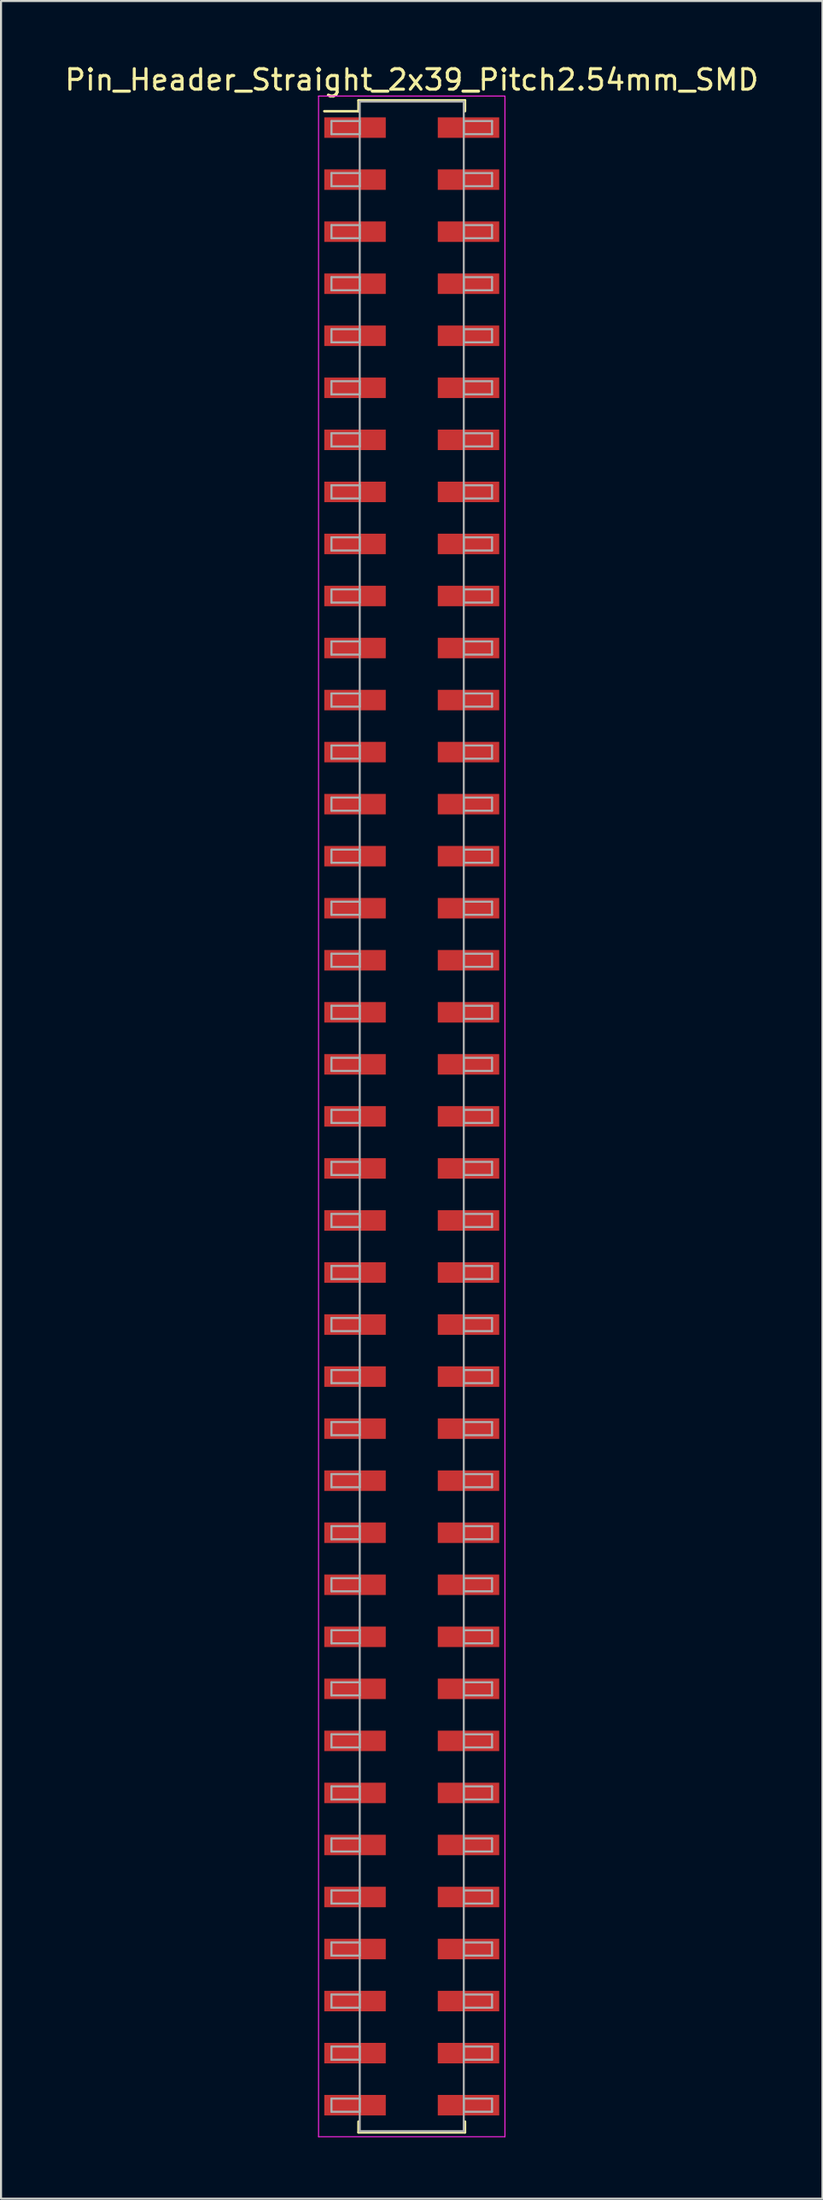
<source format=kicad_pcb>
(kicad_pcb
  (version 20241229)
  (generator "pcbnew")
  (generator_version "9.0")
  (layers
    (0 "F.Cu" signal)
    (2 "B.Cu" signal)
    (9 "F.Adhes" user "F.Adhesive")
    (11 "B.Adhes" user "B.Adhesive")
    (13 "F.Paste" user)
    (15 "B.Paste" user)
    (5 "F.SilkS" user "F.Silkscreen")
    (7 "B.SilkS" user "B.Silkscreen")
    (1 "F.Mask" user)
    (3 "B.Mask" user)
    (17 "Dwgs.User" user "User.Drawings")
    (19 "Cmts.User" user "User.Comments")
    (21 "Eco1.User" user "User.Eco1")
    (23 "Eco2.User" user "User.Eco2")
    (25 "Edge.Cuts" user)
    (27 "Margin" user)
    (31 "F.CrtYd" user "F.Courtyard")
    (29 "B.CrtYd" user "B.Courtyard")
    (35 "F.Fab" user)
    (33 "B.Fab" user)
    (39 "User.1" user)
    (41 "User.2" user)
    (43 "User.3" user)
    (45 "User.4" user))
  (footprint "Pin_Header_Straight_2x39_Pitch2.54mm_SMD"
    (layer "F.Cu")
    (at 17.054 51.438)
    (property "Reference" "Pin_Header_Straight_2x39_Pitch2.54mm_SMD" (at 0 -50.59 0) (layer "F.SilkS") (effects (font (size 1 1) (thickness 0.15))))
    (attr smd)
    (fp_line (start -4.27 -49.06) (end -2.6 -49.06) (stroke (width 0.12) (type solid)) (layer "F.SilkS"))
    (fp_line (start -2.6 -49.59) (end 2.6 -49.59) (stroke (width 0.12) (type solid)) (layer "F.SilkS"))
    (fp_line (start -2.6 -49.06) (end -2.6 -49.59) (stroke (width 0.12) (type solid)) (layer "F.SilkS"))
    (fp_line (start -2.6 49.06) (end -2.6 49.59) (stroke (width 0.12) (type solid)) (layer "F.SilkS"))
    (fp_line (start -2.6 49.59) (end 2.6 49.59) (stroke (width 0.12) (type solid)) (layer "F.SilkS"))
    (fp_line (start 2.6 -49.59) (end 2.6 -49.06) (stroke (width 0.12) (type solid)) (layer "F.SilkS"))
    (fp_line (start 2.6 49.59) (end 2.6 49.06) (stroke (width 0.12) (type solid)) (layer "F.SilkS"))
    (fp_line (start -4.55 -49.8) (end -4.55 49.8) (stroke (width 0.05) (type solid)) (layer "F.CrtYd"))
    (fp_line (start -4.55 49.8) (end 4.55 49.8) (stroke (width 0.05) (type solid)) (layer "F.CrtYd"))
    (fp_line (start 4.55 -49.8) (end -4.55 -49.8) (stroke (width 0.05) (type solid)) (layer "F.CrtYd"))
    (fp_line (start 4.55 49.8) (end 4.55 -49.8) (stroke (width 0.05) (type solid)) (layer "F.CrtYd"))
    (fp_line (start -3.92 -48.58) (end -2.54 -48.58) (stroke (width 0.1) (type solid)) (layer "F.Fab"))
    (fp_line (start -3.92 -47.94) (end -3.92 -48.58) (stroke (width 0.1) (type solid)) (layer "F.Fab"))
    (fp_line (start -3.92 -46.04) (end -2.54 -46.04) (stroke (width 0.1) (type solid)) (layer "F.Fab"))
    (fp_line (start -3.92 -45.4) (end -3.92 -46.04) (stroke (width 0.1) (type solid)) (layer "F.Fab"))
    (fp_line (start -3.92 -43.5) (end -2.54 -43.5) (stroke (width 0.1) (type solid)) (layer "F.Fab"))
    (fp_line (start -3.92 -42.86) (end -3.92 -43.5) (stroke (width 0.1) (type solid)) (layer "F.Fab"))
    (fp_line (start -3.92 -40.96) (end -2.54 -40.96) (stroke (width 0.1) (type solid)) (layer "F.Fab"))
    (fp_line (start -3.92 -40.32) (end -3.92 -40.96) (stroke (width 0.1) (type solid)) (layer "F.Fab"))
    (fp_line (start -3.92 -38.42) (end -2.54 -38.42) (stroke (width 0.1) (type solid)) (layer "F.Fab"))
    (fp_line (start -3.92 -37.78) (end -3.92 -38.42) (stroke (width 0.1) (type solid)) (layer "F.Fab"))
    (fp_line (start -3.92 -35.88) (end -2.54 -35.88) (stroke (width 0.1) (type solid)) (layer "F.Fab"))
    (fp_line (start -3.92 -35.24) (end -3.92 -35.88) (stroke (width 0.1) (type solid)) (layer "F.Fab"))
    (fp_line (start -3.92 -33.34) (end -2.54 -33.34) (stroke (width 0.1) (type solid)) (layer "F.Fab"))
    (fp_line (start -3.92 -32.7) (end -3.92 -33.34) (stroke (width 0.1) (type solid)) (layer "F.Fab"))
    (fp_line (start -3.92 -30.8) (end -2.54 -30.8) (stroke (width 0.1) (type solid)) (layer "F.Fab"))
    (fp_line (start -3.92 -30.16) (end -3.92 -30.8) (stroke (width 0.1) (type solid)) (layer "F.Fab"))
    (fp_line (start -3.92 -28.26) (end -2.54 -28.26) (stroke (width 0.1) (type solid)) (layer "F.Fab"))
    (fp_line (start -3.92 -27.62) (end -3.92 -28.26) (stroke (width 0.1) (type solid)) (layer "F.Fab"))
    (fp_line (start -3.92 -25.72) (end -2.54 -25.72) (stroke (width 0.1) (type solid)) (layer "F.Fab"))
    (fp_line (start -3.92 -25.08) (end -3.92 -25.72) (stroke (width 0.1) (type solid)) (layer "F.Fab"))
    (fp_line (start -3.92 -23.18) (end -2.54 -23.18) (stroke (width 0.1) (type solid)) (layer "F.Fab"))
    (fp_line (start -3.92 -22.54) (end -3.92 -23.18) (stroke (width 0.1) (type solid)) (layer "F.Fab"))
    (fp_line (start -3.92 -20.64) (end -2.54 -20.64) (stroke (width 0.1) (type solid)) (layer "F.Fab"))
    (fp_line (start -3.92 -20) (end -3.92 -20.64) (stroke (width 0.1) (type solid)) (layer "F.Fab"))
    (fp_line (start -3.92 -18.1) (end -2.54 -18.1) (stroke (width 0.1) (type solid)) (layer "F.Fab"))
    (fp_line (start -3.92 -17.46) (end -3.92 -18.1) (stroke (width 0.1) (type solid)) (layer "F.Fab"))
    (fp_line (start -3.92 -15.56) (end -2.54 -15.56) (stroke (width 0.1) (type solid)) (layer "F.Fab"))
    (fp_line (start -3.92 -14.92) (end -3.92 -15.56) (stroke (width 0.1) (type solid)) (layer "F.Fab"))
    (fp_line (start -3.92 -13.02) (end -2.54 -13.02) (stroke (width 0.1) (type solid)) (layer "F.Fab"))
    (fp_line (start -3.92 -12.38) (end -3.92 -13.02) (stroke (width 0.1) (type solid)) (layer "F.Fab"))
    (fp_line (start -3.92 -10.48) (end -2.54 -10.48) (stroke (width 0.1) (type solid)) (layer "F.Fab"))
    (fp_line (start -3.92 -9.84) (end -3.92 -10.48) (stroke (width 0.1) (type solid)) (layer "F.Fab"))
    (fp_line (start -3.92 -7.94) (end -2.54 -7.94) (stroke (width 0.1) (type solid)) (layer "F.Fab"))
    (fp_line (start -3.92 -7.3) (end -3.92 -7.94) (stroke (width 0.1) (type solid)) (layer "F.Fab"))
    (fp_line (start -3.92 -5.4) (end -2.54 -5.4) (stroke (width 0.1) (type solid)) (layer "F.Fab"))
    (fp_line (start -3.92 -4.76) (end -3.92 -5.4) (stroke (width 0.1) (type solid)) (layer "F.Fab"))
    (fp_line (start -3.92 -2.86) (end -2.54 -2.86) (stroke (width 0.1) (type solid)) (layer "F.Fab"))
    (fp_line (start -3.92 -2.22) (end -3.92 -2.86) (stroke (width 0.1) (type solid)) (layer "F.Fab"))
    (fp_line (start -3.92 -0.32) (end -2.54 -0.32) (stroke (width 0.1) (type solid)) (layer "F.Fab"))
    (fp_line (start -3.92 0.32) (end -3.92 -0.32) (stroke (width 0.1) (type solid)) (layer "F.Fab"))
    (fp_line (start -3.92 2.22) (end -2.54 2.22) (stroke (width 0.1) (type solid)) (layer "F.Fab"))
    (fp_line (start -3.92 2.86) (end -3.92 2.22) (stroke (width 0.1) (type solid)) (layer "F.Fab"))
    (fp_line (start -3.92 4.76) (end -2.54 4.76) (stroke (width 0.1) (type solid)) (layer "F.Fab"))
    (fp_line (start -3.92 5.4) (end -3.92 4.76) (stroke (width 0.1) (type solid)) (layer "F.Fab"))
    (fp_line (start -3.92 7.3) (end -2.54 7.3) (stroke (width 0.1) (type solid)) (layer "F.Fab"))
    (fp_line (start -3.92 7.94) (end -3.92 7.3) (stroke (width 0.1) (type solid)) (layer "F.Fab"))
    (fp_line (start -3.92 9.84) (end -2.54 9.84) (stroke (width 0.1) (type solid)) (layer "F.Fab"))
    (fp_line (start -3.92 10.48) (end -3.92 9.84) (stroke (width 0.1) (type solid)) (layer "F.Fab"))
    (fp_line (start -3.92 12.38) (end -2.54 12.38) (stroke (width 0.1) (type solid)) (layer "F.Fab"))
    (fp_line (start -3.92 13.02) (end -3.92 12.38) (stroke (width 0.1) (type solid)) (layer "F.Fab"))
    (fp_line (start -3.92 14.92) (end -2.54 14.92) (stroke (width 0.1) (type solid)) (layer "F.Fab"))
    (fp_line (start -3.92 15.56) (end -3.92 14.92) (stroke (width 0.1) (type solid)) (layer "F.Fab"))
    (fp_line (start -3.92 17.46) (end -2.54 17.46) (stroke (width 0.1) (type solid)) (layer "F.Fab"))
    (fp_line (start -3.92 18.1) (end -3.92 17.46) (stroke (width 0.1) (type solid)) (layer "F.Fab"))
    (fp_line (start -3.92 20) (end -2.54 20) (stroke (width 0.1) (type solid)) (layer "F.Fab"))
    (fp_line (start -3.92 20.64) (end -3.92 20) (stroke (width 0.1) (type solid)) (layer "F.Fab"))
    (fp_line (start -3.92 22.54) (end -2.54 22.54) (stroke (width 0.1) (type solid)) (layer "F.Fab"))
    (fp_line (start -3.92 23.18) (end -3.92 22.54) (stroke (width 0.1) (type solid)) (layer "F.Fab"))
    (fp_line (start -3.92 25.08) (end -2.54 25.08) (stroke (width 0.1) (type solid)) (layer "F.Fab"))
    (fp_line (start -3.92 25.72) (end -3.92 25.08) (stroke (width 0.1) (type solid)) (layer "F.Fab"))
    (fp_line (start -3.92 27.62) (end -2.54 27.62) (stroke (width 0.1) (type solid)) (layer "F.Fab"))
    (fp_line (start -3.92 28.26) (end -3.92 27.62) (stroke (width 0.1) (type solid)) (layer "F.Fab"))
    (fp_line (start -3.92 30.16) (end -2.54 30.16) (stroke (width 0.1) (type solid)) (layer "F.Fab"))
    (fp_line (start -3.92 30.8) (end -3.92 30.16) (stroke (width 0.1) (type solid)) (layer "F.Fab"))
    (fp_line (start -3.92 32.7) (end -2.54 32.7) (stroke (width 0.1) (type solid)) (layer "F.Fab"))
    (fp_line (start -3.92 33.34) (end -3.92 32.7) (stroke (width 0.1) (type solid)) (layer "F.Fab"))
    (fp_line (start -3.92 35.24) (end -2.54 35.24) (stroke (width 0.1) (type solid)) (layer "F.Fab"))
    (fp_line (start -3.92 35.88) (end -3.92 35.24) (stroke (width 0.1) (type solid)) (layer "F.Fab"))
    (fp_line (start -3.92 37.78) (end -2.54 37.78) (stroke (width 0.1) (type solid)) (layer "F.Fab"))
    (fp_line (start -3.92 38.42) (end -3.92 37.78) (stroke (width 0.1) (type solid)) (layer "F.Fab"))
    (fp_line (start -3.92 40.32) (end -2.54 40.32) (stroke (width 0.1) (type solid)) (layer "F.Fab"))
    (fp_line (start -3.92 40.96) (end -3.92 40.32) (stroke (width 0.1) (type solid)) (layer "F.Fab"))
    (fp_line (start -3.92 42.86) (end -2.54 42.86) (stroke (width 0.1) (type solid)) (layer "F.Fab"))
    (fp_line (start -3.92 43.5) (end -3.92 42.86) (stroke (width 0.1) (type solid)) (layer "F.Fab"))
    (fp_line (start -3.92 45.4) (end -2.54 45.4) (stroke (width 0.1) (type solid)) (layer "F.Fab"))
    (fp_line (start -3.92 46.04) (end -3.92 45.4) (stroke (width 0.1) (type solid)) (layer "F.Fab"))
    (fp_line (start -3.92 47.94) (end -2.54 47.94) (stroke (width 0.1) (type solid)) (layer "F.Fab"))
    (fp_line (start -3.92 48.58) (end -3.92 47.94) (stroke (width 0.1) (type solid)) (layer "F.Fab"))
    (fp_line (start -2.54 -49.53) (end -2.54 49.53) (stroke (width 0.1) (type solid)) (layer "F.Fab"))
    (fp_line (start -2.54 -48.58) (end -2.54 -47.94) (stroke (width 0.1) (type solid)) (layer "F.Fab"))
    (fp_line (start -2.54 -47.94) (end -3.92 -47.94) (stroke (width 0.1) (type solid)) (layer "F.Fab"))
    (fp_line (start -2.54 -46.04) (end -2.54 -45.4) (stroke (width 0.1) (type solid)) (layer "F.Fab"))
    (fp_line (start -2.54 -45.4) (end -3.92 -45.4) (stroke (width 0.1) (type solid)) (layer "F.Fab"))
    (fp_line (start -2.54 -43.5) (end -2.54 -42.86) (stroke (width 0.1) (type solid)) (layer "F.Fab"))
    (fp_line (start -2.54 -42.86) (end -3.92 -42.86) (stroke (width 0.1) (type solid)) (layer "F.Fab"))
    (fp_line (start -2.54 -40.96) (end -2.54 -40.32) (stroke (width 0.1) (type solid)) (layer "F.Fab"))
    (fp_line (start -2.54 -40.32) (end -3.92 -40.32) (stroke (width 0.1) (type solid)) (layer "F.Fab"))
    (fp_line (start -2.54 -38.42) (end -2.54 -37.78) (stroke (width 0.1) (type solid)) (layer "F.Fab"))
    (fp_line (start -2.54 -37.78) (end -3.92 -37.78) (stroke (width 0.1) (type solid)) (layer "F.Fab"))
    (fp_line (start -2.54 -35.88) (end -2.54 -35.24) (stroke (width 0.1) (type solid)) (layer "F.Fab"))
    (fp_line (start -2.54 -35.24) (end -3.92 -35.24) (stroke (width 0.1) (type solid)) (layer "F.Fab"))
    (fp_line (start -2.54 -33.34) (end -2.54 -32.7) (stroke (width 0.1) (type solid)) (layer "F.Fab"))
    (fp_line (start -2.54 -32.7) (end -3.92 -32.7) (stroke (width 0.1) (type solid)) (layer "F.Fab"))
    (fp_line (start -2.54 -30.8) (end -2.54 -30.16) (stroke (width 0.1) (type solid)) (layer "F.Fab"))
    (fp_line (start -2.54 -30.16) (end -3.92 -30.16) (stroke (width 0.1) (type solid)) (layer "F.Fab"))
    (fp_line (start -2.54 -28.26) (end -2.54 -27.62) (stroke (width 0.1) (type solid)) (layer "F.Fab"))
    (fp_line (start -2.54 -27.62) (end -3.92 -27.62) (stroke (width 0.1) (type solid)) (layer "F.Fab"))
    (fp_line (start -2.54 -25.72) (end -2.54 -25.08) (stroke (width 0.1) (type solid)) (layer "F.Fab"))
    (fp_line (start -2.54 -25.08) (end -3.92 -25.08) (stroke (width 0.1) (type solid)) (layer "F.Fab"))
    (fp_line (start -2.54 -23.18) (end -2.54 -22.54) (stroke (width 0.1) (type solid)) (layer "F.Fab"))
    (fp_line (start -2.54 -22.54) (end -3.92 -22.54) (stroke (width 0.1) (type solid)) (layer "F.Fab"))
    (fp_line (start -2.54 -20.64) (end -2.54 -20) (stroke (width 0.1) (type solid)) (layer "F.Fab"))
    (fp_line (start -2.54 -20) (end -3.92 -20) (stroke (width 0.1) (type solid)) (layer "F.Fab"))
    (fp_line (start -2.54 -18.1) (end -2.54 -17.46) (stroke (width 0.1) (type solid)) (layer "F.Fab"))
    (fp_line (start -2.54 -17.46) (end -3.92 -17.46) (stroke (width 0.1) (type solid)) (layer "F.Fab"))
    (fp_line (start -2.54 -15.56) (end -2.54 -14.92) (stroke (width 0.1) (type solid)) (layer "F.Fab"))
    (fp_line (start -2.54 -14.92) (end -3.92 -14.92) (stroke (width 0.1) (type solid)) (layer "F.Fab"))
    (fp_line (start -2.54 -13.02) (end -2.54 -12.38) (stroke (width 0.1) (type solid)) (layer "F.Fab"))
    (fp_line (start -2.54 -12.38) (end -3.92 -12.38) (stroke (width 0.1) (type solid)) (layer "F.Fab"))
    (fp_line (start -2.54 -10.48) (end -2.54 -9.84) (stroke (width 0.1) (type solid)) (layer "F.Fab"))
    (fp_line (start -2.54 -9.84) (end -3.92 -9.84) (stroke (width 0.1) (type solid)) (layer "F.Fab"))
    (fp_line (start -2.54 -7.94) (end -2.54 -7.3) (stroke (width 0.1) (type solid)) (layer "F.Fab"))
    (fp_line (start -2.54 -7.3) (end -3.92 -7.3) (stroke (width 0.1) (type solid)) (layer "F.Fab"))
    (fp_line (start -2.54 -5.4) (end -2.54 -4.76) (stroke (width 0.1) (type solid)) (layer "F.Fab"))
    (fp_line (start -2.54 -4.76) (end -3.92 -4.76) (stroke (width 0.1) (type solid)) (layer "F.Fab"))
    (fp_line (start -2.54 -2.86) (end -2.54 -2.22) (stroke (width 0.1) (type solid)) (layer "F.Fab"))
    (fp_line (start -2.54 -2.22) (end -3.92 -2.22) (stroke (width 0.1) (type solid)) (layer "F.Fab"))
    (fp_line (start -2.54 -0.32) (end -2.54 0.32) (stroke (width 0.1) (type solid)) (layer "F.Fab"))
    (fp_line (start -2.54 0.32) (end -3.92 0.32) (stroke (width 0.1) (type solid)) (layer "F.Fab"))
    (fp_line (start -2.54 2.22) (end -2.54 2.86) (stroke (width 0.1) (type solid)) (layer "F.Fab"))
    (fp_line (start -2.54 2.86) (end -3.92 2.86) (stroke (width 0.1) (type solid)) (layer "F.Fab"))
    (fp_line (start -2.54 4.76) (end -2.54 5.4) (stroke (width 0.1) (type solid)) (layer "F.Fab"))
    (fp_line (start -2.54 5.4) (end -3.92 5.4) (stroke (width 0.1) (type solid)) (layer "F.Fab"))
    (fp_line (start -2.54 7.3) (end -2.54 7.94) (stroke (width 0.1) (type solid)) (layer "F.Fab"))
    (fp_line (start -2.54 7.94) (end -3.92 7.94) (stroke (width 0.1) (type solid)) (layer "F.Fab"))
    (fp_line (start -2.54 9.84) (end -2.54 10.48) (stroke (width 0.1) (type solid)) (layer "F.Fab"))
    (fp_line (start -2.54 10.48) (end -3.92 10.48) (stroke (width 0.1) (type solid)) (layer "F.Fab"))
    (fp_line (start -2.54 12.38) (end -2.54 13.02) (stroke (width 0.1) (type solid)) (layer "F.Fab"))
    (fp_line (start -2.54 13.02) (end -3.92 13.02) (stroke (width 0.1) (type solid)) (layer "F.Fab"))
    (fp_line (start -2.54 14.92) (end -2.54 15.56) (stroke (width 0.1) (type solid)) (layer "F.Fab"))
    (fp_line (start -2.54 15.56) (end -3.92 15.56) (stroke (width 0.1) (type solid)) (layer "F.Fab"))
    (fp_line (start -2.54 17.46) (end -2.54 18.1) (stroke (width 0.1) (type solid)) (layer "F.Fab"))
    (fp_line (start -2.54 18.1) (end -3.92 18.1) (stroke (width 0.1) (type solid)) (layer "F.Fab"))
    (fp_line (start -2.54 20) (end -2.54 20.64) (stroke (width 0.1) (type solid)) (layer "F.Fab"))
    (fp_line (start -2.54 20.64) (end -3.92 20.64) (stroke (width 0.1) (type solid)) (layer "F.Fab"))
    (fp_line (start -2.54 22.54) (end -2.54 23.18) (stroke (width 0.1) (type solid)) (layer "F.Fab"))
    (fp_line (start -2.54 23.18) (end -3.92 23.18) (stroke (width 0.1) (type solid)) (layer "F.Fab"))
    (fp_line (start -2.54 25.08) (end -2.54 25.72) (stroke (width 0.1) (type solid)) (layer "F.Fab"))
    (fp_line (start -2.54 25.72) (end -3.92 25.72) (stroke (width 0.1) (type solid)) (layer "F.Fab"))
    (fp_line (start -2.54 27.62) (end -2.54 28.26) (stroke (width 0.1) (type solid)) (layer "F.Fab"))
    (fp_line (start -2.54 28.26) (end -3.92 28.26) (stroke (width 0.1) (type solid)) (layer "F.Fab"))
    (fp_line (start -2.54 30.16) (end -2.54 30.8) (stroke (width 0.1) (type solid)) (layer "F.Fab"))
    (fp_line (start -2.54 30.8) (end -3.92 30.8) (stroke (width 0.1) (type solid)) (layer "F.Fab"))
    (fp_line (start -2.54 32.7) (end -2.54 33.34) (stroke (width 0.1) (type solid)) (layer "F.Fab"))
    (fp_line (start -2.54 33.34) (end -3.92 33.34) (stroke (width 0.1) (type solid)) (layer "F.Fab"))
    (fp_line (start -2.54 35.24) (end -2.54 35.88) (stroke (width 0.1) (type solid)) (layer "F.Fab"))
    (fp_line (start -2.54 35.88) (end -3.92 35.88) (stroke (width 0.1) (type solid)) (layer "F.Fab"))
    (fp_line (start -2.54 37.78) (end -2.54 38.42) (stroke (width 0.1) (type solid)) (layer "F.Fab"))
    (fp_line (start -2.54 38.42) (end -3.92 38.42) (stroke (width 0.1) (type solid)) (layer "F.Fab"))
    (fp_line (start -2.54 40.32) (end -2.54 40.96) (stroke (width 0.1) (type solid)) (layer "F.Fab"))
    (fp_line (start -2.54 40.96) (end -3.92 40.96) (stroke (width 0.1) (type solid)) (layer "F.Fab"))
    (fp_line (start -2.54 42.86) (end -2.54 43.5) (stroke (width 0.1) (type solid)) (layer "F.Fab"))
    (fp_line (start -2.54 43.5) (end -3.92 43.5) (stroke (width 0.1) (type solid)) (layer "F.Fab"))
    (fp_line (start -2.54 45.4) (end -2.54 46.04) (stroke (width 0.1) (type solid)) (layer "F.Fab"))
    (fp_line (start -2.54 46.04) (end -3.92 46.04) (stroke (width 0.1) (type solid)) (layer "F.Fab"))
    (fp_line (start -2.54 47.94) (end -2.54 48.58) (stroke (width 0.1) (type solid)) (layer "F.Fab"))
    (fp_line (start -2.54 48.58) (end -3.92 48.58) (stroke (width 0.1) (type solid)) (layer "F.Fab"))
    (fp_line (start -2.54 49.53) (end 2.54 49.53) (stroke (width 0.1) (type solid)) (layer "F.Fab"))
    (fp_line (start 2.54 -49.53) (end -2.54 -49.53) (stroke (width 0.1) (type solid)) (layer "F.Fab"))
    (fp_line (start 2.54 -48.58) (end 2.54 -47.94) (stroke (width 0.1) (type solid)) (layer "F.Fab"))
    (fp_line (start 2.54 -47.94) (end 3.92 -47.94) (stroke (width 0.1) (type solid)) (layer "F.Fab"))
    (fp_line (start 2.54 -46.04) (end 2.54 -45.4) (stroke (width 0.1) (type solid)) (layer "F.Fab"))
    (fp_line (start 2.54 -45.4) (end 3.92 -45.4) (stroke (width 0.1) (type solid)) (layer "F.Fab"))
    (fp_line (start 2.54 -43.5) (end 2.54 -42.86) (stroke (width 0.1) (type solid)) (layer "F.Fab"))
    (fp_line (start 2.54 -42.86) (end 3.92 -42.86) (stroke (width 0.1) (type solid)) (layer "F.Fab"))
    (fp_line (start 2.54 -40.96) (end 2.54 -40.32) (stroke (width 0.1) (type solid)) (layer "F.Fab"))
    (fp_line (start 2.54 -40.32) (end 3.92 -40.32) (stroke (width 0.1) (type solid)) (layer "F.Fab"))
    (fp_line (start 2.54 -38.42) (end 2.54 -37.78) (stroke (width 0.1) (type solid)) (layer "F.Fab"))
    (fp_line (start 2.54 -37.78) (end 3.92 -37.78) (stroke (width 0.1) (type solid)) (layer "F.Fab"))
    (fp_line (start 2.54 -35.88) (end 2.54 -35.24) (stroke (width 0.1) (type solid)) (layer "F.Fab"))
    (fp_line (start 2.54 -35.24) (end 3.92 -35.24) (stroke (width 0.1) (type solid)) (layer "F.Fab"))
    (fp_line (start 2.54 -33.34) (end 2.54 -32.7) (stroke (width 0.1) (type solid)) (layer "F.Fab"))
    (fp_line (start 2.54 -32.7) (end 3.92 -32.7) (stroke (width 0.1) (type solid)) (layer "F.Fab"))
    (fp_line (start 2.54 -30.8) (end 2.54 -30.16) (stroke (width 0.1) (type solid)) (layer "F.Fab"))
    (fp_line (start 2.54 -30.16) (end 3.92 -30.16) (stroke (width 0.1) (type solid)) (layer "F.Fab"))
    (fp_line (start 2.54 -28.26) (end 2.54 -27.62) (stroke (width 0.1) (type solid)) (layer "F.Fab"))
    (fp_line (start 2.54 -27.62) (end 3.92 -27.62) (stroke (width 0.1) (type solid)) (layer "F.Fab"))
    (fp_line (start 2.54 -25.72) (end 2.54 -25.08) (stroke (width 0.1) (type solid)) (layer "F.Fab"))
    (fp_line (start 2.54 -25.08) (end 3.92 -25.08) (stroke (width 0.1) (type solid)) (layer "F.Fab"))
    (fp_line (start 2.54 -23.18) (end 2.54 -22.54) (stroke (width 0.1) (type solid)) (layer "F.Fab"))
    (fp_line (start 2.54 -22.54) (end 3.92 -22.54) (stroke (width 0.1) (type solid)) (layer "F.Fab"))
    (fp_line (start 2.54 -20.64) (end 2.54 -20) (stroke (width 0.1) (type solid)) (layer "F.Fab"))
    (fp_line (start 2.54 -20) (end 3.92 -20) (stroke (width 0.1) (type solid)) (layer "F.Fab"))
    (fp_line (start 2.54 -18.1) (end 2.54 -17.46) (stroke (width 0.1) (type solid)) (layer "F.Fab"))
    (fp_line (start 2.54 -17.46) (end 3.92 -17.46) (stroke (width 0.1) (type solid)) (layer "F.Fab"))
    (fp_line (start 2.54 -15.56) (end 2.54 -14.92) (stroke (width 0.1) (type solid)) (layer "F.Fab"))
    (fp_line (start 2.54 -14.92) (end 3.92 -14.92) (stroke (width 0.1) (type solid)) (layer "F.Fab"))
    (fp_line (start 2.54 -13.02) (end 2.54 -12.38) (stroke (width 0.1) (type solid)) (layer "F.Fab"))
    (fp_line (start 2.54 -12.38) (end 3.92 -12.38) (stroke (width 0.1) (type solid)) (layer "F.Fab"))
    (fp_line (start 2.54 -10.48) (end 2.54 -9.84) (stroke (width 0.1) (type solid)) (layer "F.Fab"))
    (fp_line (start 2.54 -9.84) (end 3.92 -9.84) (stroke (width 0.1) (type solid)) (layer "F.Fab"))
    (fp_line (start 2.54 -7.94) (end 2.54 -7.3) (stroke (width 0.1) (type solid)) (layer "F.Fab"))
    (fp_line (start 2.54 -7.3) (end 3.92 -7.3) (stroke (width 0.1) (type solid)) (layer "F.Fab"))
    (fp_line (start 2.54 -5.4) (end 2.54 -4.76) (stroke (width 0.1) (type solid)) (layer "F.Fab"))
    (fp_line (start 2.54 -4.76) (end 3.92 -4.76) (stroke (width 0.1) (type solid)) (layer "F.Fab"))
    (fp_line (start 2.54 -2.86) (end 2.54 -2.22) (stroke (width 0.1) (type solid)) (layer "F.Fab"))
    (fp_line (start 2.54 -2.22) (end 3.92 -2.22) (stroke (width 0.1) (type solid)) (layer "F.Fab"))
    (fp_line (start 2.54 -0.32) (end 2.54 0.32) (stroke (width 0.1) (type solid)) (layer "F.Fab"))
    (fp_line (start 2.54 0.32) (end 3.92 0.32) (stroke (width 0.1) (type solid)) (layer "F.Fab"))
    (fp_line (start 2.54 2.22) (end 2.54 2.86) (stroke (width 0.1) (type solid)) (layer "F.Fab"))
    (fp_line (start 2.54 2.86) (end 3.92 2.86) (stroke (width 0.1) (type solid)) (layer "F.Fab"))
    (fp_line (start 2.54 4.76) (end 2.54 5.4) (stroke (width 0.1) (type solid)) (layer "F.Fab"))
    (fp_line (start 2.54 5.4) (end 3.92 5.4) (stroke (width 0.1) (type solid)) (layer "F.Fab"))
    (fp_line (start 2.54 7.3) (end 2.54 7.94) (stroke (width 0.1) (type solid)) (layer "F.Fab"))
    (fp_line (start 2.54 7.94) (end 3.92 7.94) (stroke (width 0.1) (type solid)) (layer "F.Fab"))
    (fp_line (start 2.54 9.84) (end 2.54 10.48) (stroke (width 0.1) (type solid)) (layer "F.Fab"))
    (fp_line (start 2.54 10.48) (end 3.92 10.48) (stroke (width 0.1) (type solid)) (layer "F.Fab"))
    (fp_line (start 2.54 12.38) (end 2.54 13.02) (stroke (width 0.1) (type solid)) (layer "F.Fab"))
    (fp_line (start 2.54 13.02) (end 3.92 13.02) (stroke (width 0.1) (type solid)) (layer "F.Fab"))
    (fp_line (start 2.54 14.92) (end 2.54 15.56) (stroke (width 0.1) (type solid)) (layer "F.Fab"))
    (fp_line (start 2.54 15.56) (end 3.92 15.56) (stroke (width 0.1) (type solid)) (layer "F.Fab"))
    (fp_line (start 2.54 17.46) (end 2.54 18.1) (stroke (width 0.1) (type solid)) (layer "F.Fab"))
    (fp_line (start 2.54 18.1) (end 3.92 18.1) (stroke (width 0.1) (type solid)) (layer "F.Fab"))
    (fp_line (start 2.54 20) (end 2.54 20.64) (stroke (width 0.1) (type solid)) (layer "F.Fab"))
    (fp_line (start 2.54 20.64) (end 3.92 20.64) (stroke (width 0.1) (type solid)) (layer "F.Fab"))
    (fp_line (start 2.54 22.54) (end 2.54 23.18) (stroke (width 0.1) (type solid)) (layer "F.Fab"))
    (fp_line (start 2.54 23.18) (end 3.92 23.18) (stroke (width 0.1) (type solid)) (layer "F.Fab"))
    (fp_line (start 2.54 25.08) (end 2.54 25.72) (stroke (width 0.1) (type solid)) (layer "F.Fab"))
    (fp_line (start 2.54 25.72) (end 3.92 25.72) (stroke (width 0.1) (type solid)) (layer "F.Fab"))
    (fp_line (start 2.54 27.62) (end 2.54 28.26) (stroke (width 0.1) (type solid)) (layer "F.Fab"))
    (fp_line (start 2.54 28.26) (end 3.92 28.26) (stroke (width 0.1) (type solid)) (layer "F.Fab"))
    (fp_line (start 2.54 30.16) (end 2.54 30.8) (stroke (width 0.1) (type solid)) (layer "F.Fab"))
    (fp_line (start 2.54 30.8) (end 3.92 30.8) (stroke (width 0.1) (type solid)) (layer "F.Fab"))
    (fp_line (start 2.54 32.7) (end 2.54 33.34) (stroke (width 0.1) (type solid)) (layer "F.Fab"))
    (fp_line (start 2.54 33.34) (end 3.92 33.34) (stroke (width 0.1) (type solid)) (layer "F.Fab"))
    (fp_line (start 2.54 35.24) (end 2.54 35.88) (stroke (width 0.1) (type solid)) (layer "F.Fab"))
    (fp_line (start 2.54 35.88) (end 3.92 35.88) (stroke (width 0.1) (type solid)) (layer "F.Fab"))
    (fp_line (start 2.54 37.78) (end 2.54 38.42) (stroke (width 0.1) (type solid)) (layer "F.Fab"))
    (fp_line (start 2.54 38.42) (end 3.92 38.42) (stroke (width 0.1) (type solid)) (layer "F.Fab"))
    (fp_line (start 2.54 40.32) (end 2.54 40.96) (stroke (width 0.1) (type solid)) (layer "F.Fab"))
    (fp_line (start 2.54 40.96) (end 3.92 40.96) (stroke (width 0.1) (type solid)) (layer "F.Fab"))
    (fp_line (start 2.54 42.86) (end 2.54 43.5) (stroke (width 0.1) (type solid)) (layer "F.Fab"))
    (fp_line (start 2.54 43.5) (end 3.92 43.5) (stroke (width 0.1) (type solid)) (layer "F.Fab"))
    (fp_line (start 2.54 45.4) (end 2.54 46.04) (stroke (width 0.1) (type solid)) (layer "F.Fab"))
    (fp_line (start 2.54 46.04) (end 3.92 46.04) (stroke (width 0.1) (type solid)) (layer "F.Fab"))
    (fp_line (start 2.54 47.94) (end 2.54 48.58) (stroke (width 0.1) (type solid)) (layer "F.Fab"))
    (fp_line (start 2.54 48.58) (end 3.92 48.58) (stroke (width 0.1) (type solid)) (layer "F.Fab"))
    (fp_line (start 2.54 49.53) (end 2.54 -49.53) (stroke (width 0.1) (type solid)) (layer "F.Fab"))
    (fp_line (start 3.92 -48.58) (end 2.54 -48.58) (stroke (width 0.1) (type solid)) (layer "F.Fab"))
    (fp_line (start 3.92 -47.94) (end 3.92 -48.58) (stroke (width 0.1) (type solid)) (layer "F.Fab"))
    (fp_line (start 3.92 -46.04) (end 2.54 -46.04) (stroke (width 0.1) (type solid)) (layer "F.Fab"))
    (fp_line (start 3.92 -45.4) (end 3.92 -46.04) (stroke (width 0.1) (type solid)) (layer "F.Fab"))
    (fp_line (start 3.92 -43.5) (end 2.54 -43.5) (stroke (width 0.1) (type solid)) (layer "F.Fab"))
    (fp_line (start 3.92 -42.86) (end 3.92 -43.5) (stroke (width 0.1) (type solid)) (layer "F.Fab"))
    (fp_line (start 3.92 -40.96) (end 2.54 -40.96) (stroke (width 0.1) (type solid)) (layer "F.Fab"))
    (fp_line (start 3.92 -40.32) (end 3.92 -40.96) (stroke (width 0.1) (type solid)) (layer "F.Fab"))
    (fp_line (start 3.92 -38.42) (end 2.54 -38.42) (stroke (width 0.1) (type solid)) (layer "F.Fab"))
    (fp_line (start 3.92 -37.78) (end 3.92 -38.42) (stroke (width 0.1) (type solid)) (layer "F.Fab"))
    (fp_line (start 3.92 -35.88) (end 2.54 -35.88) (stroke (width 0.1) (type solid)) (layer "F.Fab"))
    (fp_line (start 3.92 -35.24) (end 3.92 -35.88) (stroke (width 0.1) (type solid)) (layer "F.Fab"))
    (fp_line (start 3.92 -33.34) (end 2.54 -33.34) (stroke (width 0.1) (type solid)) (layer "F.Fab"))
    (fp_line (start 3.92 -32.7) (end 3.92 -33.34) (stroke (width 0.1) (type solid)) (layer "F.Fab"))
    (fp_line (start 3.92 -30.8) (end 2.54 -30.8) (stroke (width 0.1) (type solid)) (layer "F.Fab"))
    (fp_line (start 3.92 -30.16) (end 3.92 -30.8) (stroke (width 0.1) (type solid)) (layer "F.Fab"))
    (fp_line (start 3.92 -28.26) (end 2.54 -28.26) (stroke (width 0.1) (type solid)) (layer "F.Fab"))
    (fp_line (start 3.92 -27.62) (end 3.92 -28.26) (stroke (width 0.1) (type solid)) (layer "F.Fab"))
    (fp_line (start 3.92 -25.72) (end 2.54 -25.72) (stroke (width 0.1) (type solid)) (layer "F.Fab"))
    (fp_line (start 3.92 -25.08) (end 3.92 -25.72) (stroke (width 0.1) (type solid)) (layer "F.Fab"))
    (fp_line (start 3.92 -23.18) (end 2.54 -23.18) (stroke (width 0.1) (type solid)) (layer "F.Fab"))
    (fp_line (start 3.92 -22.54) (end 3.92 -23.18) (stroke (width 0.1) (type solid)) (layer "F.Fab"))
    (fp_line (start 3.92 -20.64) (end 2.54 -20.64) (stroke (width 0.1) (type solid)) (layer "F.Fab"))
    (fp_line (start 3.92 -20) (end 3.92 -20.64) (stroke (width 0.1) (type solid)) (layer "F.Fab"))
    (fp_line (start 3.92 -18.1) (end 2.54 -18.1) (stroke (width 0.1) (type solid)) (layer "F.Fab"))
    (fp_line (start 3.92 -17.46) (end 3.92 -18.1) (stroke (width 0.1) (type solid)) (layer "F.Fab"))
    (fp_line (start 3.92 -15.56) (end 2.54 -15.56) (stroke (width 0.1) (type solid)) (layer "F.Fab"))
    (fp_line (start 3.92 -14.92) (end 3.92 -15.56) (stroke (width 0.1) (type solid)) (layer "F.Fab"))
    (fp_line (start 3.92 -13.02) (end 2.54 -13.02) (stroke (width 0.1) (type solid)) (layer "F.Fab"))
    (fp_line (start 3.92 -12.38) (end 3.92 -13.02) (stroke (width 0.1) (type solid)) (layer "F.Fab"))
    (fp_line (start 3.92 -10.48) (end 2.54 -10.48) (stroke (width 0.1) (type solid)) (layer "F.Fab"))
    (fp_line (start 3.92 -9.84) (end 3.92 -10.48) (stroke (width 0.1) (type solid)) (layer "F.Fab"))
    (fp_line (start 3.92 -7.94) (end 2.54 -7.94) (stroke (width 0.1) (type solid)) (layer "F.Fab"))
    (fp_line (start 3.92 -7.3) (end 3.92 -7.94) (stroke (width 0.1) (type solid)) (layer "F.Fab"))
    (fp_line (start 3.92 -5.4) (end 2.54 -5.4) (stroke (width 0.1) (type solid)) (layer "F.Fab"))
    (fp_line (start 3.92 -4.76) (end 3.92 -5.4) (stroke (width 0.1) (type solid)) (layer "F.Fab"))
    (fp_line (start 3.92 -2.86) (end 2.54 -2.86) (stroke (width 0.1) (type solid)) (layer "F.Fab"))
    (fp_line (start 3.92 -2.22) (end 3.92 -2.86) (stroke (width 0.1) (type solid)) (layer "F.Fab"))
    (fp_line (start 3.92 -0.32) (end 2.54 -0.32) (stroke (width 0.1) (type solid)) (layer "F.Fab"))
    (fp_line (start 3.92 0.32) (end 3.92 -0.32) (stroke (width 0.1) (type solid)) (layer "F.Fab"))
    (fp_line (start 3.92 2.22) (end 2.54 2.22) (stroke (width 0.1) (type solid)) (layer "F.Fab"))
    (fp_line (start 3.92 2.86) (end 3.92 2.22) (stroke (width 0.1) (type solid)) (layer "F.Fab"))
    (fp_line (start 3.92 4.76) (end 2.54 4.76) (stroke (width 0.1) (type solid)) (layer "F.Fab"))
    (fp_line (start 3.92 5.4) (end 3.92 4.76) (stroke (width 0.1) (type solid)) (layer "F.Fab"))
    (fp_line (start 3.92 7.3) (end 2.54 7.3) (stroke (width 0.1) (type solid)) (layer "F.Fab"))
    (fp_line (start 3.92 7.94) (end 3.92 7.3) (stroke (width 0.1) (type solid)) (layer "F.Fab"))
    (fp_line (start 3.92 9.84) (end 2.54 9.84) (stroke (width 0.1) (type solid)) (layer "F.Fab"))
    (fp_line (start 3.92 10.48) (end 3.92 9.84) (stroke (width 0.1) (type solid)) (layer "F.Fab"))
    (fp_line (start 3.92 12.38) (end 2.54 12.38) (stroke (width 0.1) (type solid)) (layer "F.Fab"))
    (fp_line (start 3.92 13.02) (end 3.92 12.38) (stroke (width 0.1) (type solid)) (layer "F.Fab"))
    (fp_line (start 3.92 14.92) (end 2.54 14.92) (stroke (width 0.1) (type solid)) (layer "F.Fab"))
    (fp_line (start 3.92 15.56) (end 3.92 14.92) (stroke (width 0.1) (type solid)) (layer "F.Fab"))
    (fp_line (start 3.92 17.46) (end 2.54 17.46) (stroke (width 0.1) (type solid)) (layer "F.Fab"))
    (fp_line (start 3.92 18.1) (end 3.92 17.46) (stroke (width 0.1) (type solid)) (layer "F.Fab"))
    (fp_line (start 3.92 20) (end 2.54 20) (stroke (width 0.1) (type solid)) (layer "F.Fab"))
    (fp_line (start 3.92 20.64) (end 3.92 20) (stroke (width 0.1) (type solid)) (layer "F.Fab"))
    (fp_line (start 3.92 22.54) (end 2.54 22.54) (stroke (width 0.1) (type solid)) (layer "F.Fab"))
    (fp_line (start 3.92 23.18) (end 3.92 22.54) (stroke (width 0.1) (type solid)) (layer "F.Fab"))
    (fp_line (start 3.92 25.08) (end 2.54 25.08) (stroke (width 0.1) (type solid)) (layer "F.Fab"))
    (fp_line (start 3.92 25.72) (end 3.92 25.08) (stroke (width 0.1) (type solid)) (layer "F.Fab"))
    (fp_line (start 3.92 27.62) (end 2.54 27.62) (stroke (width 0.1) (type solid)) (layer "F.Fab"))
    (fp_line (start 3.92 28.26) (end 3.92 27.62) (stroke (width 0.1) (type solid)) (layer "F.Fab"))
    (fp_line (start 3.92 30.16) (end 2.54 30.16) (stroke (width 0.1) (type solid)) (layer "F.Fab"))
    (fp_line (start 3.92 30.8) (end 3.92 30.16) (stroke (width 0.1) (type solid)) (layer "F.Fab"))
    (fp_line (start 3.92 32.7) (end 2.54 32.7) (stroke (width 0.1) (type solid)) (layer "F.Fab"))
    (fp_line (start 3.92 33.34) (end 3.92 32.7) (stroke (width 0.1) (type solid)) (layer "F.Fab"))
    (fp_line (start 3.92 35.24) (end 2.54 35.24) (stroke (width 0.1) (type solid)) (layer "F.Fab"))
    (fp_line (start 3.92 35.88) (end 3.92 35.24) (stroke (width 0.1) (type solid)) (layer "F.Fab"))
    (fp_line (start 3.92 37.78) (end 2.54 37.78) (stroke (width 0.1) (type solid)) (layer "F.Fab"))
    (fp_line (start 3.92 38.42) (end 3.92 37.78) (stroke (width 0.1) (type solid)) (layer "F.Fab"))
    (fp_line (start 3.92 40.32) (end 2.54 40.32) (stroke (width 0.1) (type solid)) (layer "F.Fab"))
    (fp_line (start 3.92 40.96) (end 3.92 40.32) (stroke (width 0.1) (type solid)) (layer "F.Fab"))
    (fp_line (start 3.92 42.86) (end 2.54 42.86) (stroke (width 0.1) (type solid)) (layer "F.Fab"))
    (fp_line (start 3.92 43.5) (end 3.92 42.86) (stroke (width 0.1) (type solid)) (layer "F.Fab"))
    (fp_line (start 3.92 45.4) (end 2.54 45.4) (stroke (width 0.1) (type solid)) (layer "F.Fab"))
    (fp_line (start 3.92 46.04) (end 3.92 45.4) (stroke (width 0.1) (type solid)) (layer "F.Fab"))
    (fp_line (start 3.92 47.94) (end 2.54 47.94) (stroke (width 0.1) (type solid)) (layer "F.Fab"))
    (fp_line (start 3.92 48.58) (end 3.92 47.94) (stroke (width 0.1) (type solid)) (layer "F.Fab"))
    (pad "1" smd rect (at -2.77 -48.26) (size 3 1) (layers "F.Cu" "F.Mask"))
    (pad "2" smd rect (at 2.77 -48.26) (size 3 1) (layers "F.Cu" "F.Mask"))
    (pad "3" smd rect (at -2.77 -45.72) (size 3 1) (layers "F.Cu" "F.Mask"))
    (pad "4" smd rect (at 2.77 -45.72) (size 3 1) (layers "F.Cu" "F.Mask"))
    (pad "5" smd rect (at -2.77 -43.18) (size 3 1) (layers "F.Cu" "F.Mask"))
    (pad "6" smd rect (at 2.77 -43.18) (size 3 1) (layers "F.Cu" "F.Mask"))
    (pad "7" smd rect (at -2.77 -40.64) (size 3 1) (layers "F.Cu" "F.Mask"))
    (pad "8" smd rect (at 2.77 -40.64) (size 3 1) (layers "F.Cu" "F.Mask"))
    (pad "9" smd rect (at -2.77 -38.1) (size 3 1) (layers "F.Cu" "F.Mask"))
    (pad "10" smd rect (at 2.77 -38.1) (size 3 1) (layers "F.Cu" "F.Mask"))
    (pad "11" smd rect (at -2.77 -35.56) (size 3 1) (layers "F.Cu" "F.Mask"))
    (pad "12" smd rect (at 2.77 -35.56) (size 3 1) (layers "F.Cu" "F.Mask"))
    (pad "13" smd rect (at -2.77 -33.02) (size 3 1) (layers "F.Cu" "F.Mask"))
    (pad "14" smd rect (at 2.77 -33.02) (size 3 1) (layers "F.Cu" "F.Mask"))
    (pad "15" smd rect (at -2.77 -30.48) (size 3 1) (layers "F.Cu" "F.Mask"))
    (pad "16" smd rect (at 2.77 -30.48) (size 3 1) (layers "F.Cu" "F.Mask"))
    (pad "17" smd rect (at -2.77 -27.94) (size 3 1) (layers "F.Cu" "F.Mask"))
    (pad "18" smd rect (at 2.77 -27.94) (size 3 1) (layers "F.Cu" "F.Mask"))
    (pad "19" smd rect (at -2.77 -25.4) (size 3 1) (layers "F.Cu" "F.Mask"))
    (pad "20" smd rect (at 2.77 -25.4) (size 3 1) (layers "F.Cu" "F.Mask"))
    (pad "21" smd rect (at -2.77 -22.86) (size 3 1) (layers "F.Cu" "F.Mask"))
    (pad "22" smd rect (at 2.77 -22.86) (size 3 1) (layers "F.Cu" "F.Mask"))
    (pad "23" smd rect (at -2.77 -20.32) (size 3 1) (layers "F.Cu" "F.Mask"))
    (pad "24" smd rect (at 2.77 -20.32) (size 3 1) (layers "F.Cu" "F.Mask"))
    (pad "25" smd rect (at -2.77 -17.78) (size 3 1) (layers "F.Cu" "F.Mask"))
    (pad "26" smd rect (at 2.77 -17.78) (size 3 1) (layers "F.Cu" "F.Mask"))
    (pad "27" smd rect (at -2.77 -15.24) (size 3 1) (layers "F.Cu" "F.Mask"))
    (pad "28" smd rect (at 2.77 -15.24) (size 3 1) (layers "F.Cu" "F.Mask"))
    (pad "29" smd rect (at -2.77 -12.7) (size 3 1) (layers "F.Cu" "F.Mask"))
    (pad "30" smd rect (at 2.77 -12.7) (size 3 1) (layers "F.Cu" "F.Mask"))
    (pad "31" smd rect (at -2.77 -10.16) (size 3 1) (layers "F.Cu" "F.Mask"))
    (pad "32" smd rect (at 2.77 -10.16) (size 3 1) (layers "F.Cu" "F.Mask"))
    (pad "33" smd rect (at -2.77 -7.62) (size 3 1) (layers "F.Cu" "F.Mask"))
    (pad "34" smd rect (at 2.77 -7.62) (size 3 1) (layers "F.Cu" "F.Mask"))
    (pad "35" smd rect (at -2.77 -5.08) (size 3 1) (layers "F.Cu" "F.Mask"))
    (pad "36" smd rect (at 2.77 -5.08) (size 3 1) (layers "F.Cu" "F.Mask"))
    (pad "37" smd rect (at -2.77 -2.54) (size 3 1) (layers "F.Cu" "F.Mask"))
    (pad "38" smd rect (at 2.77 -2.54) (size 3 1) (layers "F.Cu" "F.Mask"))
    (pad "39" smd rect (at -2.77 0) (size 3 1) (layers "F.Cu" "F.Mask"))
    (pad "40" smd rect (at 2.77 0) (size 3 1) (layers "F.Cu" "F.Mask"))
    (pad "41" smd rect (at -2.77 2.54) (size 3 1) (layers "F.Cu" "F.Mask"))
    (pad "42" smd rect (at 2.77 2.54) (size 3 1) (layers "F.Cu" "F.Mask"))
    (pad "43" smd rect (at -2.77 5.08) (size 3 1) (layers "F.Cu" "F.Mask"))
    (pad "44" smd rect (at 2.77 5.08) (size 3 1) (layers "F.Cu" "F.Mask"))
    (pad "45" smd rect (at -2.77 7.62) (size 3 1) (layers "F.Cu" "F.Mask"))
    (pad "46" smd rect (at 2.77 7.62) (size 3 1) (layers "F.Cu" "F.Mask"))
    (pad "47" smd rect (at -2.77 10.16) (size 3 1) (layers "F.Cu" "F.Mask"))
    (pad "48" smd rect (at 2.77 10.16) (size 3 1) (layers "F.Cu" "F.Mask"))
    (pad "49" smd rect (at -2.77 12.7) (size 3 1) (layers "F.Cu" "F.Mask"))
    (pad "50" smd rect (at 2.77 12.7) (size 3 1) (layers "F.Cu" "F.Mask"))
    (pad "51" smd rect (at -2.77 15.24) (size 3 1) (layers "F.Cu" "F.Mask"))
    (pad "52" smd rect (at 2.77 15.24) (size 3 1) (layers "F.Cu" "F.Mask"))
    (pad "53" smd rect (at -2.77 17.78) (size 3 1) (layers "F.Cu" "F.Mask"))
    (pad "54" smd rect (at 2.77 17.78) (size 3 1) (layers "F.Cu" "F.Mask"))
    (pad "55" smd rect (at -2.77 20.32) (size 3 1) (layers "F.Cu" "F.Mask"))
    (pad "56" smd rect (at 2.77 20.32) (size 3 1) (layers "F.Cu" "F.Mask"))
    (pad "57" smd rect (at -2.77 22.86) (size 3 1) (layers "F.Cu" "F.Mask"))
    (pad "58" smd rect (at 2.77 22.86) (size 3 1) (layers "F.Cu" "F.Mask"))
    (pad "59" smd rect (at -2.77 25.4) (size 3 1) (layers "F.Cu" "F.Mask"))
    (pad "60" smd rect (at 2.77 25.4) (size 3 1) (layers "F.Cu" "F.Mask"))
    (pad "61" smd rect (at -2.77 27.94) (size 3 1) (layers "F.Cu" "F.Mask"))
    (pad "62" smd rect (at 2.77 27.94) (size 3 1) (layers "F.Cu" "F.Mask"))
    (pad "63" smd rect (at -2.77 30.48) (size 3 1) (layers "F.Cu" "F.Mask"))
    (pad "64" smd rect (at 2.77 30.48) (size 3 1) (layers "F.Cu" "F.Mask"))
    (pad "65" smd rect (at -2.77 33.02) (size 3 1) (layers "F.Cu" "F.Mask"))
    (pad "66" smd rect (at 2.77 33.02) (size 3 1) (layers "F.Cu" "F.Mask"))
    (pad "67" smd rect (at -2.77 35.56) (size 3 1) (layers "F.Cu" "F.Mask"))
    (pad "68" smd rect (at 2.77 35.56) (size 3 1) (layers "F.Cu" "F.Mask"))
    (pad "69" smd rect (at -2.77 38.1) (size 3 1) (layers "F.Cu" "F.Mask"))
    (pad "70" smd rect (at 2.77 38.1) (size 3 1) (layers "F.Cu" "F.Mask"))
    (pad "71" smd rect (at -2.77 40.64) (size 3 1) (layers "F.Cu" "F.Mask"))
    (pad "72" smd rect (at 2.77 40.64) (size 3 1) (layers "F.Cu" "F.Mask"))
    (pad "73" smd rect (at -2.77 43.18) (size 3 1) (layers "F.Cu" "F.Mask"))
    (pad "74" smd rect (at 2.77 43.18) (size 3 1) (layers "F.Cu" "F.Mask"))
    (pad "75" smd rect (at -2.77 45.72) (size 3 1) (layers "F.Cu" "F.Mask"))
    (pad "76" smd rect (at 2.77 45.72) (size 3 1) (layers "F.Cu" "F.Mask"))
    (pad "77" smd rect (at -2.77 48.26) (size 3 1) (layers "F.Cu" "F.Mask"))
    (pad "78" smd rect (at 2.77 48.26) (size 3 1) (layers "F.Cu" "F.Mask")))
  (gr_rect
    (start -3 -3)
    (end 37.107 104.263)
    (stroke (width 0.1) (type default))
    (fill no)
    (layer "Edge.Cuts")))
</source>
